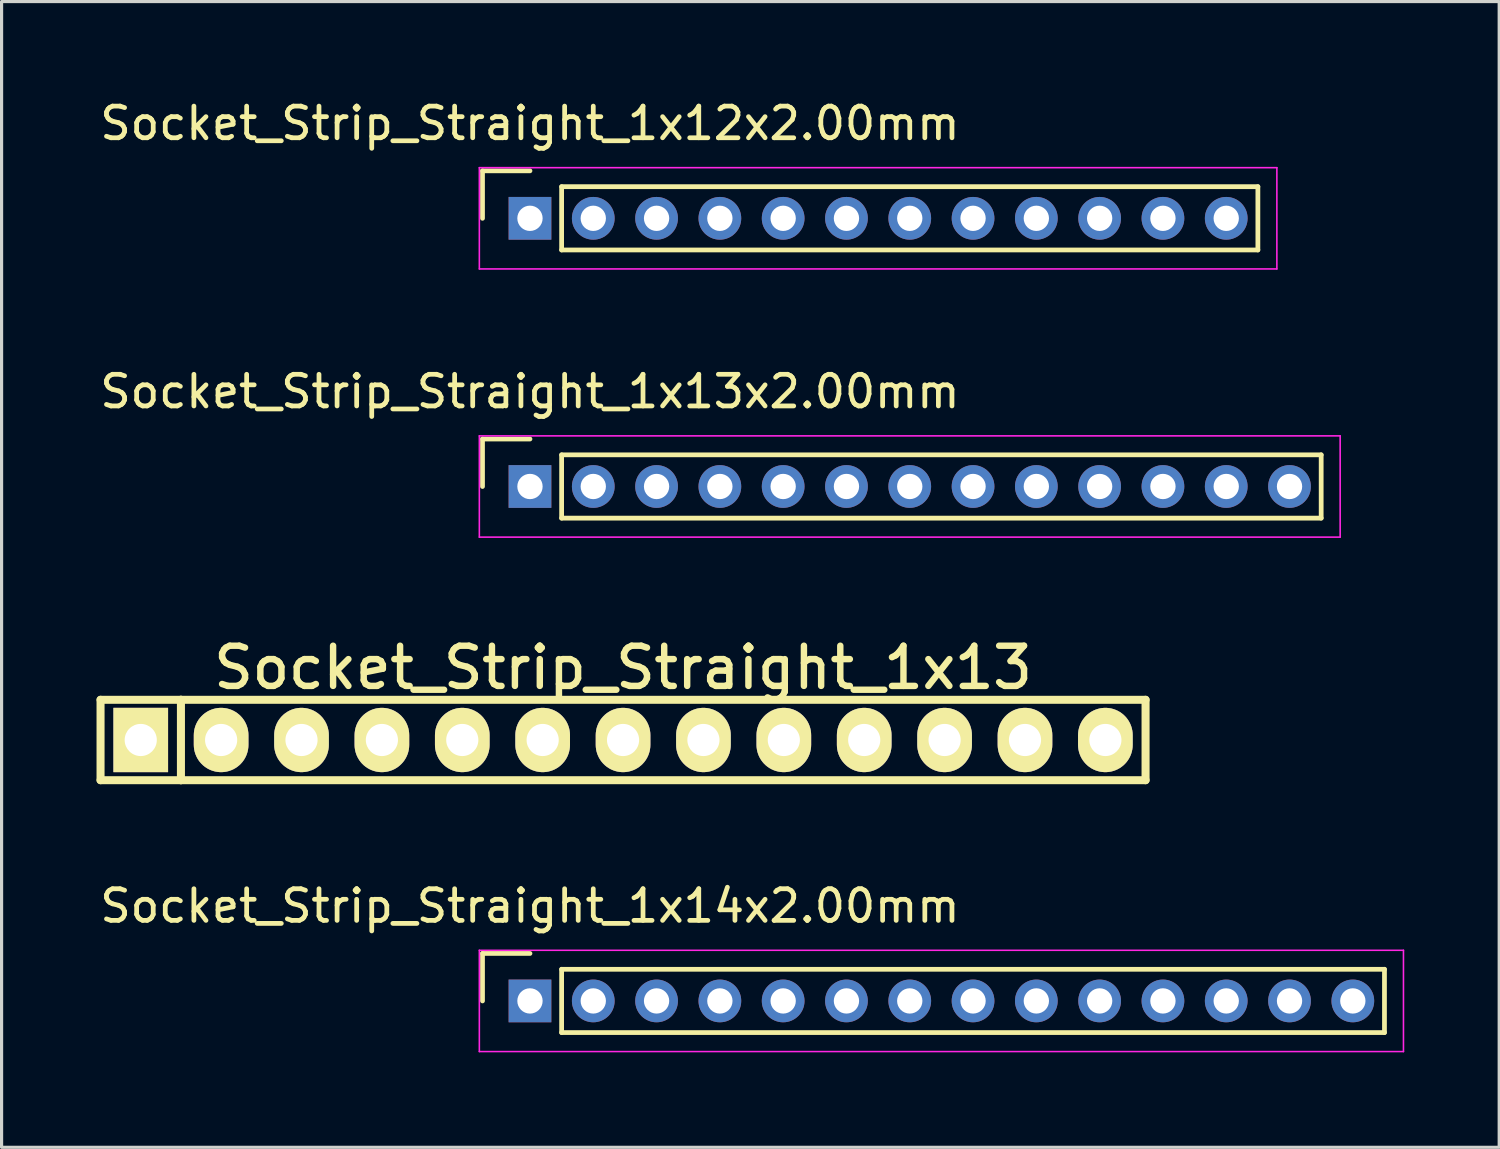
<source format=kicad_pcb>
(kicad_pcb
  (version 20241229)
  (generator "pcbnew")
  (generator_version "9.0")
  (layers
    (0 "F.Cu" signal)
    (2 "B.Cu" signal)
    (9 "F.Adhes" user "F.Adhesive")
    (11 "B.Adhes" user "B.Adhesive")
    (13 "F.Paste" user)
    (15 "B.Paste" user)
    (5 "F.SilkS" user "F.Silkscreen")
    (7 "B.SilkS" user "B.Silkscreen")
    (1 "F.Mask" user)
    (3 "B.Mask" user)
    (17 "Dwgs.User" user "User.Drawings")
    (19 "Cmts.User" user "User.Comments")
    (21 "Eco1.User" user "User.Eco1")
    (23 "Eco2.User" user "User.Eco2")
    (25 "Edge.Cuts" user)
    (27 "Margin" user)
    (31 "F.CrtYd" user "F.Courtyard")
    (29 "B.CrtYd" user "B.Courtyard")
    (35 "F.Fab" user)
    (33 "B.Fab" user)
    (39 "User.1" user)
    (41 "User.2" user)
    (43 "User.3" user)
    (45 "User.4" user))
  (footprint "Socket_Strip_Straight_1x12x2.00mm"
    (layer "F.Cu")
    (at 13.696 3.848)
    (property "Reference" "Socket_Strip_Straight_1x12x2.00mm" (at 0 -3 0) (layer "F.SilkS") (effects (font (size 1 1) (thickness 0.15))))
    (attr through_hole)
    (fp_line (start -1.5 -1.5) (end -1.5 0) (stroke (width 0.15) (type solid)) (layer "F.SilkS"))
    (fp_line (start 0 -1.5) (end -1.5 -1.5) (stroke (width 0.15) (type solid)) (layer "F.SilkS"))
    (fp_line (start 1 -1) (end 1 1) (stroke (width 0.15) (type solid)) (layer "F.SilkS"))
    (fp_line (start 1 1) (end 23 1) (stroke (width 0.15) (type solid)) (layer "F.SilkS"))
    (fp_line (start 23 -1) (end 1 -1) (stroke (width 0.15) (type solid)) (layer "F.SilkS"))
    (fp_line (start 23 1) (end 23 -1) (stroke (width 0.15) (type solid)) (layer "F.SilkS"))
    (fp_line (start -1.6 -1.6) (end -1.6 1.6) (stroke (width 0.05) (type solid)) (layer "F.CrtYd"))
    (fp_line (start -1.6 1.6) (end 23.6 1.6) (stroke (width 0.05) (type solid)) (layer "F.CrtYd"))
    (fp_line (start 23.6 -1.6) (end -1.6 -1.6) (stroke (width 0.05) (type solid)) (layer "F.CrtYd"))
    (fp_line (start 23.6 1.6) (end 23.6 -1.6) (stroke (width 0.05) (type solid)) (layer "F.CrtYd"))
    (pad "1" thru_hole rect (at 0 0) (size 1.35 1.35) (drill 0.8) (layers "*.Cu" "*.Mask"))
    (pad "2" thru_hole circle (at 2 0) (size 1.35 1.35) (drill 0.8) (layers "*.Cu" "*.Mask"))
    (pad "3" thru_hole circle (at 4 0) (size 1.35 1.35) (drill 0.8) (layers "*.Cu" "*.Mask"))
    (pad "4" thru_hole circle (at 6 0) (size 1.35 1.35) (drill 0.8) (layers "*.Cu" "*.Mask"))
    (pad "5" thru_hole circle (at 8 0) (size 1.35 1.35) (drill 0.8) (layers "*.Cu" "*.Mask"))
    (pad "6" thru_hole circle (at 10 0) (size 1.35 1.35) (drill 0.8) (layers "*.Cu" "*.Mask"))
    (pad "7" thru_hole circle (at 12 0) (size 1.35 1.35) (drill 0.8) (layers "*.Cu" "*.Mask"))
    (pad "8" thru_hole circle (at 14 0) (size 1.35 1.35) (drill 0.8) (layers "*.Cu" "*.Mask"))
    (pad "9" thru_hole circle (at 16 0) (size 1.35 1.35) (drill 0.8) (layers "*.Cu" "*.Mask"))
    (pad "10" thru_hole circle (at 18 0) (size 1.35 1.35) (drill 0.8) (layers "*.Cu" "*.Mask"))
    (pad "11" thru_hole circle (at 20 0) (size 1.35 1.35) (drill 0.8) (layers "*.Cu" "*.Mask"))
    (pad "12" thru_hole circle (at 22 0) (size 1.35 1.35) (drill 0.8) (layers "*.Cu" "*.Mask")))
  (footprint "Socket_Strip_Straight_1x14x2.00mm"
    (layer "F.Cu")
    (at 13.696 28.577)
    (property "Reference" "Socket_Strip_Straight_1x14x2.00mm" (at 0 -3 0) (layer "F.SilkS") (effects (font (size 1 1) (thickness 0.15))))
    (attr through_hole)
    (fp_line (start -1.5 -1.5) (end -1.5 0) (stroke (width 0.15) (type solid)) (layer "F.SilkS"))
    (fp_line (start 0 -1.5) (end -1.5 -1.5) (stroke (width 0.15) (type solid)) (layer "F.SilkS"))
    (fp_line (start 1 -1) (end 1 1) (stroke (width 0.15) (type solid)) (layer "F.SilkS"))
    (fp_line (start 1 1) (end 27 1) (stroke (width 0.15) (type solid)) (layer "F.SilkS"))
    (fp_line (start 27 -1) (end 1 -1) (stroke (width 0.15) (type solid)) (layer "F.SilkS"))
    (fp_line (start 27 1) (end 27 -1) (stroke (width 0.15) (type solid)) (layer "F.SilkS"))
    (fp_line (start -1.6 -1.6) (end -1.6 1.6) (stroke (width 0.05) (type solid)) (layer "F.CrtYd"))
    (fp_line (start -1.6 1.6) (end 27.6 1.6) (stroke (width 0.05) (type solid)) (layer "F.CrtYd"))
    (fp_line (start 27.6 -1.6) (end -1.6 -1.6) (stroke (width 0.05) (type solid)) (layer "F.CrtYd"))
    (fp_line (start 27.6 1.6) (end 27.6 -1.6) (stroke (width 0.05) (type solid)) (layer "F.CrtYd"))
    (pad "1" thru_hole rect (at 0 0) (size 1.35 1.35) (drill 0.8) (layers "*.Cu" "*.Mask"))
    (pad "2" thru_hole circle (at 2 0) (size 1.35 1.35) (drill 0.8) (layers "*.Cu" "*.Mask"))
    (pad "3" thru_hole circle (at 4 0) (size 1.35 1.35) (drill 0.8) (layers "*.Cu" "*.Mask"))
    (pad "4" thru_hole circle (at 6 0) (size 1.35 1.35) (drill 0.8) (layers "*.Cu" "*.Mask"))
    (pad "5" thru_hole circle (at 8 0) (size 1.35 1.35) (drill 0.8) (layers "*.Cu" "*.Mask"))
    (pad "6" thru_hole circle (at 10 0) (size 1.35 1.35) (drill 0.8) (layers "*.Cu" "*.Mask"))
    (pad "7" thru_hole circle (at 12 0) (size 1.35 1.35) (drill 0.8) (layers "*.Cu" "*.Mask"))
    (pad "8" thru_hole circle (at 14 0) (size 1.35 1.35) (drill 0.8) (layers "*.Cu" "*.Mask"))
    (pad "9" thru_hole circle (at 16 0) (size 1.35 1.35) (drill 0.8) (layers "*.Cu" "*.Mask"))
    (pad "10" thru_hole circle (at 18 0) (size 1.35 1.35) (drill 0.8) (layers "*.Cu" "*.Mask"))
    (pad "11" thru_hole circle (at 20 0) (size 1.35 1.35) (drill 0.8) (layers "*.Cu" "*.Mask"))
    (pad "12" thru_hole circle (at 22 0) (size 1.35 1.35) (drill 0.8) (layers "*.Cu" "*.Mask"))
    (pad "13" thru_hole circle (at 24 0) (size 1.35 1.35) (drill 0.8) (layers "*.Cu" "*.Mask"))
    (pad "14" thru_hole circle (at 26 0) (size 1.35 1.35) (drill 0.8) (layers "*.Cu" "*.Mask")))
  (footprint "Socket_Strip_Straight_1x13"
    (layer "F.Cu")
    (at 16.637 20.332)
    (property "Reference" "Socket_Strip_Straight_1x13" (at 0 -2.286 0) (layer "F.SilkS") (effects (font (size 1.27 1.27) (thickness 0.203))))
    (attr through_hole)
    (fp_line (start -16.51 -1.27) (end -16.51 1.27) (stroke (width 0.254) (type solid)) (layer "F.SilkS"))
    (fp_line (start -16.51 -1.27) (end -13.97 -1.27) (stroke (width 0.254) (type solid)) (layer "F.SilkS"))
    (fp_line (start -16.51 1.27) (end -13.97 1.27) (stroke (width 0.254) (type solid)) (layer "F.SilkS"))
    (fp_line (start -13.97 -1.27) (end -13.97 1.27) (stroke (width 0.254) (type solid)) (layer "F.SilkS"))
    (fp_line (start -13.97 1.27) (end 16.51 1.27) (stroke (width 0.254) (type solid)) (layer "F.SilkS"))
    (fp_line (start 16.51 -1.27) (end -13.97 -1.27) (stroke (width 0.254) (type solid)) (layer "F.SilkS"))
    (fp_line (start 16.51 1.27) (end 16.51 -1.27) (stroke (width 0.254) (type solid)) (layer "F.SilkS"))
    (pad "1" thru_hole rect (at -15.24 0) (size 1.727 2.032) (drill 1.016) (layers "*.Cu" "*.Mask" "F.SilkS"))
    (pad "2" thru_hole oval (at -12.7 0) (size 1.727 2.032) (drill 1.016) (layers "*.Cu" "*.Mask" "F.SilkS"))
    (pad "3" thru_hole oval (at -10.16 0) (size 1.727 2.032) (drill 1.016) (layers "*.Cu" "*.Mask" "F.SilkS"))
    (pad "4" thru_hole oval (at -7.62 0) (size 1.727 2.032) (drill 1.016) (layers "*.Cu" "*.Mask" "F.SilkS"))
    (pad "5" thru_hole oval (at -5.08 0) (size 1.727 2.032) (drill 1.016) (layers "*.Cu" "*.Mask" "F.SilkS"))
    (pad "6" thru_hole oval (at -2.54 0) (size 1.727 2.032) (drill 1.016) (layers "*.Cu" "*.Mask" "F.SilkS"))
    (pad "7" thru_hole oval (at 0 0) (size 1.727 2.032) (drill 1.016) (layers "*.Cu" "*.Mask" "F.SilkS"))
    (pad "8" thru_hole oval (at 2.54 0) (size 1.727 2.032) (drill 1.016) (layers "*.Cu" "*.Mask" "F.SilkS"))
    (pad "9" thru_hole oval (at 5.08 0) (size 1.727 2.032) (drill 1.016) (layers "*.Cu" "*.Mask" "F.SilkS"))
    (pad "10" thru_hole oval (at 7.62 0) (size 1.727 2.032) (drill 1.016) (layers "*.Cu" "*.Mask" "F.SilkS"))
    (pad "11" thru_hole oval (at 10.16 0) (size 1.727 2.032) (drill 1.016) (layers "*.Cu" "*.Mask" "F.SilkS"))
    (pad "12" thru_hole oval (at 12.7 0) (size 1.727 2.032) (drill 1.016) (layers "*.Cu" "*.Mask" "F.SilkS"))
    (pad "13" thru_hole oval (at 15.24 0) (size 1.727 2.032) (drill 1.016) (layers "*.Cu" "*.Mask" "F.SilkS")))
  (footprint "Socket_Strip_Straight_1x13x2.00mm"
    (layer "F.Cu")
    (at 13.696 12.322)
    (property "Reference" "Socket_Strip_Straight_1x13x2.00mm" (at 0 -3 0) (layer "F.SilkS") (effects (font (size 1 1) (thickness 0.15))))
    (attr through_hole)
    (fp_line (start -1.5 -1.5) (end -1.5 0) (stroke (width 0.15) (type solid)) (layer "F.SilkS"))
    (fp_line (start 0 -1.5) (end -1.5 -1.5) (stroke (width 0.15) (type solid)) (layer "F.SilkS"))
    (fp_line (start 1 -1) (end 1 1) (stroke (width 0.15) (type solid)) (layer "F.SilkS"))
    (fp_line (start 1 1) (end 25 1) (stroke (width 0.15) (type solid)) (layer "F.SilkS"))
    (fp_line (start 25 -1) (end 1 -1) (stroke (width 0.15) (type solid)) (layer "F.SilkS"))
    (fp_line (start 25 1) (end 25 -1) (stroke (width 0.15) (type solid)) (layer "F.SilkS"))
    (fp_line (start -1.6 -1.6) (end -1.6 1.6) (stroke (width 0.05) (type solid)) (layer "F.CrtYd"))
    (fp_line (start -1.6 1.6) (end 25.6 1.6) (stroke (width 0.05) (type solid)) (layer "F.CrtYd"))
    (fp_line (start 25.6 -1.6) (end -1.6 -1.6) (stroke (width 0.05) (type solid)) (layer "F.CrtYd"))
    (fp_line (start 25.6 1.6) (end 25.6 -1.6) (stroke (width 0.05) (type solid)) (layer "F.CrtYd"))
    (pad "1" thru_hole rect (at 0 0) (size 1.35 1.35) (drill 0.8) (layers "*.Cu" "*.Mask"))
    (pad "2" thru_hole circle (at 2 0) (size 1.35 1.35) (drill 0.8) (layers "*.Cu" "*.Mask"))
    (pad "3" thru_hole circle (at 4 0) (size 1.35 1.35) (drill 0.8) (layers "*.Cu" "*.Mask"))
    (pad "4" thru_hole circle (at 6 0) (size 1.35 1.35) (drill 0.8) (layers "*.Cu" "*.Mask"))
    (pad "5" thru_hole circle (at 8 0) (size 1.35 1.35) (drill 0.8) (layers "*.Cu" "*.Mask"))
    (pad "6" thru_hole circle (at 10 0) (size 1.35 1.35) (drill 0.8) (layers "*.Cu" "*.Mask"))
    (pad "7" thru_hole circle (at 12 0) (size 1.35 1.35) (drill 0.8) (layers "*.Cu" "*.Mask"))
    (pad "8" thru_hole circle (at 14 0) (size 1.35 1.35) (drill 0.8) (layers "*.Cu" "*.Mask"))
    (pad "9" thru_hole circle (at 16 0) (size 1.35 1.35) (drill 0.8) (layers "*.Cu" "*.Mask"))
    (pad "10" thru_hole circle (at 18 0) (size 1.35 1.35) (drill 0.8) (layers "*.Cu" "*.Mask"))
    (pad "11" thru_hole circle (at 20 0) (size 1.35 1.35) (drill 0.8) (layers "*.Cu" "*.Mask"))
    (pad "12" thru_hole circle (at 22 0) (size 1.35 1.35) (drill 0.8) (layers "*.Cu" "*.Mask"))
    (pad "13" thru_hole circle (at 24 0) (size 1.35 1.35) (drill 0.8) (layers "*.Cu" "*.Mask")))
  (gr_rect
    (start -3 -3)
    (end 44.321 33.202)
    (stroke (width 0.1) (type default))
    (fill no)
    (layer "Edge.Cuts")))
</source>
